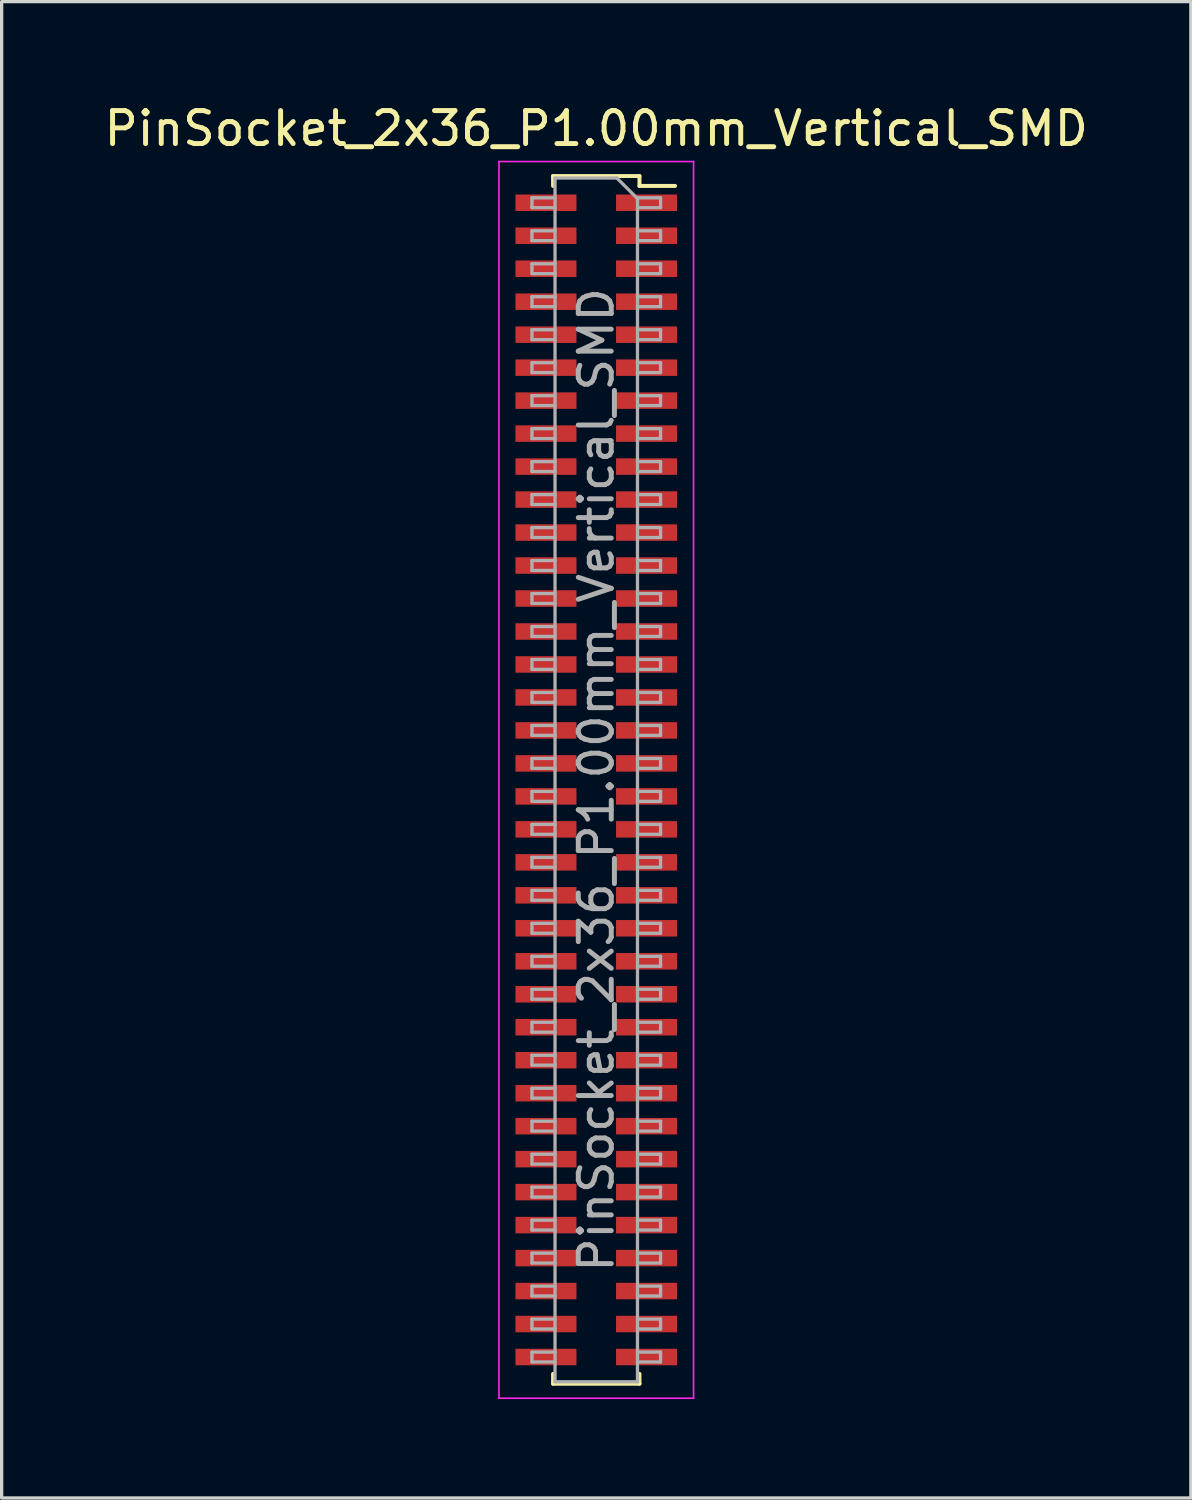
<source format=kicad_pcb>
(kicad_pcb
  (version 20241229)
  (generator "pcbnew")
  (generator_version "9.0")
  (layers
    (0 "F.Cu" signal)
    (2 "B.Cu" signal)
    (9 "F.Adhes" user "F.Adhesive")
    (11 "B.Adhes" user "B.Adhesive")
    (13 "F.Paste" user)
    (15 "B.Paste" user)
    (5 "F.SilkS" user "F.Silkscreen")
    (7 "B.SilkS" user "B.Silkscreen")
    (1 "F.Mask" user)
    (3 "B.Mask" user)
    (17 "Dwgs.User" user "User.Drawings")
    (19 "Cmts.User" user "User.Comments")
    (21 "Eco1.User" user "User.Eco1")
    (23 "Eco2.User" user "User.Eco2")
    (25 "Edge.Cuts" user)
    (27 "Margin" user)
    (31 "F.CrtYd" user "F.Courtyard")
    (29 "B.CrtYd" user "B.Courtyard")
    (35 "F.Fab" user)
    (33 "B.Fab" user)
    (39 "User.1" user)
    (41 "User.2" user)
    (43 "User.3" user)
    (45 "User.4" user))
  (footprint "PinSocket_2x36_P1.00mm_Vertical_SMD"
    (layer "F.Cu")
    (at 15.03 20.598)
    (property "Reference" "PinSocket_2x36_P1.00mm_Vertical_SMD" (at 0 -19.75 0) (layer "F.SilkS") (effects (font (size 1 1) (thickness 0.15))))
    (attr smd)
    (fp_line (start -1.31 -18.31) (end -1.31 -18.01) (stroke (width 0.12) (type solid)) (layer "F.SilkS"))
    (fp_line (start -1.31 -18.31) (end 1.31 -18.31) (stroke (width 0.12) (type solid)) (layer "F.SilkS"))
    (fp_line (start -1.31 18.01) (end -1.31 18.31) (stroke (width 0.12) (type solid)) (layer "F.SilkS"))
    (fp_line (start -1.31 18.31) (end 1.31 18.31) (stroke (width 0.12) (type solid)) (layer "F.SilkS"))
    (fp_line (start 1.31 -18.31) (end 1.31 -18.01) (stroke (width 0.12) (type solid)) (layer "F.SilkS"))
    (fp_line (start 1.31 -18.01) (end 2.39 -18.01) (stroke (width 0.12) (type solid)) (layer "F.SilkS"))
    (fp_line (start 1.31 18.01) (end 1.31 18.31) (stroke (width 0.12) (type solid)) (layer "F.SilkS"))
    (fp_line (start -2.95 -18.75) (end 2.95 -18.75) (stroke (width 0.05) (type solid)) (layer "F.CrtYd"))
    (fp_line (start -2.95 18.75) (end -2.95 -18.75) (stroke (width 0.05) (type solid)) (layer "F.CrtYd"))
    (fp_line (start 2.95 -18.75) (end 2.95 18.75) (stroke (width 0.05) (type solid)) (layer "F.CrtYd"))
    (fp_line (start 2.95 18.75) (end -2.95 18.75) (stroke (width 0.05) (type solid)) (layer "F.CrtYd"))
    (fp_line (start -1.95 -17.65) (end -1.25 -17.65) (stroke (width 0.1) (type solid)) (layer "F.Fab"))
    (fp_line (start -1.95 -17.35) (end -1.95 -17.65) (stroke (width 0.1) (type solid)) (layer "F.Fab"))
    (fp_line (start -1.95 -16.65) (end -1.25 -16.65) (stroke (width 0.1) (type solid)) (layer "F.Fab"))
    (fp_line (start -1.95 -16.35) (end -1.95 -16.65) (stroke (width 0.1) (type solid)) (layer "F.Fab"))
    (fp_line (start -1.95 -15.65) (end -1.25 -15.65) (stroke (width 0.1) (type solid)) (layer "F.Fab"))
    (fp_line (start -1.95 -15.35) (end -1.95 -15.65) (stroke (width 0.1) (type solid)) (layer "F.Fab"))
    (fp_line (start -1.95 -14.65) (end -1.25 -14.65) (stroke (width 0.1) (type solid)) (layer "F.Fab"))
    (fp_line (start -1.95 -14.35) (end -1.95 -14.65) (stroke (width 0.1) (type solid)) (layer "F.Fab"))
    (fp_line (start -1.95 -13.65) (end -1.25 -13.65) (stroke (width 0.1) (type solid)) (layer "F.Fab"))
    (fp_line (start -1.95 -13.35) (end -1.95 -13.65) (stroke (width 0.1) (type solid)) (layer "F.Fab"))
    (fp_line (start -1.95 -12.65) (end -1.25 -12.65) (stroke (width 0.1) (type solid)) (layer "F.Fab"))
    (fp_line (start -1.95 -12.35) (end -1.95 -12.65) (stroke (width 0.1) (type solid)) (layer "F.Fab"))
    (fp_line (start -1.95 -11.65) (end -1.25 -11.65) (stroke (width 0.1) (type solid)) (layer "F.Fab"))
    (fp_line (start -1.95 -11.35) (end -1.95 -11.65) (stroke (width 0.1) (type solid)) (layer "F.Fab"))
    (fp_line (start -1.95 -10.65) (end -1.25 -10.65) (stroke (width 0.1) (type solid)) (layer "F.Fab"))
    (fp_line (start -1.95 -10.35) (end -1.95 -10.65) (stroke (width 0.1) (type solid)) (layer "F.Fab"))
    (fp_line (start -1.95 -9.65) (end -1.25 -9.65) (stroke (width 0.1) (type solid)) (layer "F.Fab"))
    (fp_line (start -1.95 -9.35) (end -1.95 -9.65) (stroke (width 0.1) (type solid)) (layer "F.Fab"))
    (fp_line (start -1.95 -8.65) (end -1.25 -8.65) (stroke (width 0.1) (type solid)) (layer "F.Fab"))
    (fp_line (start -1.95 -8.35) (end -1.95 -8.65) (stroke (width 0.1) (type solid)) (layer "F.Fab"))
    (fp_line (start -1.95 -7.65) (end -1.25 -7.65) (stroke (width 0.1) (type solid)) (layer "F.Fab"))
    (fp_line (start -1.95 -7.35) (end -1.95 -7.65) (stroke (width 0.1) (type solid)) (layer "F.Fab"))
    (fp_line (start -1.95 -6.65) (end -1.25 -6.65) (stroke (width 0.1) (type solid)) (layer "F.Fab"))
    (fp_line (start -1.95 -6.35) (end -1.95 -6.65) (stroke (width 0.1) (type solid)) (layer "F.Fab"))
    (fp_line (start -1.95 -5.65) (end -1.25 -5.65) (stroke (width 0.1) (type solid)) (layer "F.Fab"))
    (fp_line (start -1.95 -5.35) (end -1.95 -5.65) (stroke (width 0.1) (type solid)) (layer "F.Fab"))
    (fp_line (start -1.95 -4.65) (end -1.25 -4.65) (stroke (width 0.1) (type solid)) (layer "F.Fab"))
    (fp_line (start -1.95 -4.35) (end -1.95 -4.65) (stroke (width 0.1) (type solid)) (layer "F.Fab"))
    (fp_line (start -1.95 -3.65) (end -1.25 -3.65) (stroke (width 0.1) (type solid)) (layer "F.Fab"))
    (fp_line (start -1.95 -3.35) (end -1.95 -3.65) (stroke (width 0.1) (type solid)) (layer "F.Fab"))
    (fp_line (start -1.95 -2.65) (end -1.25 -2.65) (stroke (width 0.1) (type solid)) (layer "F.Fab"))
    (fp_line (start -1.95 -2.35) (end -1.95 -2.65) (stroke (width 0.1) (type solid)) (layer "F.Fab"))
    (fp_line (start -1.95 -1.65) (end -1.25 -1.65) (stroke (width 0.1) (type solid)) (layer "F.Fab"))
    (fp_line (start -1.95 -1.35) (end -1.95 -1.65) (stroke (width 0.1) (type solid)) (layer "F.Fab"))
    (fp_line (start -1.95 -0.65) (end -1.25 -0.65) (stroke (width 0.1) (type solid)) (layer "F.Fab"))
    (fp_line (start -1.95 -0.35) (end -1.95 -0.65) (stroke (width 0.1) (type solid)) (layer "F.Fab"))
    (fp_line (start -1.95 0.35) (end -1.25 0.35) (stroke (width 0.1) (type solid)) (layer "F.Fab"))
    (fp_line (start -1.95 0.65) (end -1.95 0.35) (stroke (width 0.1) (type solid)) (layer "F.Fab"))
    (fp_line (start -1.95 1.35) (end -1.25 1.35) (stroke (width 0.1) (type solid)) (layer "F.Fab"))
    (fp_line (start -1.95 1.65) (end -1.95 1.35) (stroke (width 0.1) (type solid)) (layer "F.Fab"))
    (fp_line (start -1.95 2.35) (end -1.25 2.35) (stroke (width 0.1) (type solid)) (layer "F.Fab"))
    (fp_line (start -1.95 2.65) (end -1.95 2.35) (stroke (width 0.1) (type solid)) (layer "F.Fab"))
    (fp_line (start -1.95 3.35) (end -1.25 3.35) (stroke (width 0.1) (type solid)) (layer "F.Fab"))
    (fp_line (start -1.95 3.65) (end -1.95 3.35) (stroke (width 0.1) (type solid)) (layer "F.Fab"))
    (fp_line (start -1.95 4.35) (end -1.25 4.35) (stroke (width 0.1) (type solid)) (layer "F.Fab"))
    (fp_line (start -1.95 4.65) (end -1.95 4.35) (stroke (width 0.1) (type solid)) (layer "F.Fab"))
    (fp_line (start -1.95 5.35) (end -1.25 5.35) (stroke (width 0.1) (type solid)) (layer "F.Fab"))
    (fp_line (start -1.95 5.65) (end -1.95 5.35) (stroke (width 0.1) (type solid)) (layer "F.Fab"))
    (fp_line (start -1.95 6.35) (end -1.25 6.35) (stroke (width 0.1) (type solid)) (layer "F.Fab"))
    (fp_line (start -1.95 6.65) (end -1.95 6.35) (stroke (width 0.1) (type solid)) (layer "F.Fab"))
    (fp_line (start -1.95 7.35) (end -1.25 7.35) (stroke (width 0.1) (type solid)) (layer "F.Fab"))
    (fp_line (start -1.95 7.65) (end -1.95 7.35) (stroke (width 0.1) (type solid)) (layer "F.Fab"))
    (fp_line (start -1.95 8.35) (end -1.25 8.35) (stroke (width 0.1) (type solid)) (layer "F.Fab"))
    (fp_line (start -1.95 8.65) (end -1.95 8.35) (stroke (width 0.1) (type solid)) (layer "F.Fab"))
    (fp_line (start -1.95 9.35) (end -1.25 9.35) (stroke (width 0.1) (type solid)) (layer "F.Fab"))
    (fp_line (start -1.95 9.65) (end -1.95 9.35) (stroke (width 0.1) (type solid)) (layer "F.Fab"))
    (fp_line (start -1.95 10.35) (end -1.25 10.35) (stroke (width 0.1) (type solid)) (layer "F.Fab"))
    (fp_line (start -1.95 10.65) (end -1.95 10.35) (stroke (width 0.1) (type solid)) (layer "F.Fab"))
    (fp_line (start -1.95 11.35) (end -1.25 11.35) (stroke (width 0.1) (type solid)) (layer "F.Fab"))
    (fp_line (start -1.95 11.65) (end -1.95 11.35) (stroke (width 0.1) (type solid)) (layer "F.Fab"))
    (fp_line (start -1.95 12.35) (end -1.25 12.35) (stroke (width 0.1) (type solid)) (layer "F.Fab"))
    (fp_line (start -1.95 12.65) (end -1.95 12.35) (stroke (width 0.1) (type solid)) (layer "F.Fab"))
    (fp_line (start -1.95 13.35) (end -1.25 13.35) (stroke (width 0.1) (type solid)) (layer "F.Fab"))
    (fp_line (start -1.95 13.65) (end -1.95 13.35) (stroke (width 0.1) (type solid)) (layer "F.Fab"))
    (fp_line (start -1.95 14.35) (end -1.25 14.35) (stroke (width 0.1) (type solid)) (layer "F.Fab"))
    (fp_line (start -1.95 14.65) (end -1.95 14.35) (stroke (width 0.1) (type solid)) (layer "F.Fab"))
    (fp_line (start -1.95 15.35) (end -1.25 15.35) (stroke (width 0.1) (type solid)) (layer "F.Fab"))
    (fp_line (start -1.95 15.65) (end -1.95 15.35) (stroke (width 0.1) (type solid)) (layer "F.Fab"))
    (fp_line (start -1.95 16.35) (end -1.25 16.35) (stroke (width 0.1) (type solid)) (layer "F.Fab"))
    (fp_line (start -1.95 16.65) (end -1.95 16.35) (stroke (width 0.1) (type solid)) (layer "F.Fab"))
    (fp_line (start -1.95 17.35) (end -1.25 17.35) (stroke (width 0.1) (type solid)) (layer "F.Fab"))
    (fp_line (start -1.95 17.65) (end -1.95 17.35) (stroke (width 0.1) (type solid)) (layer "F.Fab"))
    (fp_line (start -1.25 -18.25) (end 0.625 -18.25) (stroke (width 0.1) (type solid)) (layer "F.Fab"))
    (fp_line (start -1.25 -17.35) (end -1.95 -17.35) (stroke (width 0.1) (type solid)) (layer "F.Fab"))
    (fp_line (start -1.25 -16.35) (end -1.95 -16.35) (stroke (width 0.1) (type solid)) (layer "F.Fab"))
    (fp_line (start -1.25 -15.35) (end -1.95 -15.35) (stroke (width 0.1) (type solid)) (layer "F.Fab"))
    (fp_line (start -1.25 -14.35) (end -1.95 -14.35) (stroke (width 0.1) (type solid)) (layer "F.Fab"))
    (fp_line (start -1.25 -13.35) (end -1.95 -13.35) (stroke (width 0.1) (type solid)) (layer "F.Fab"))
    (fp_line (start -1.25 -12.35) (end -1.95 -12.35) (stroke (width 0.1) (type solid)) (layer "F.Fab"))
    (fp_line (start -1.25 -11.35) (end -1.95 -11.35) (stroke (width 0.1) (type solid)) (layer "F.Fab"))
    (fp_line (start -1.25 -10.35) (end -1.95 -10.35) (stroke (width 0.1) (type solid)) (layer "F.Fab"))
    (fp_line (start -1.25 -9.35) (end -1.95 -9.35) (stroke (width 0.1) (type solid)) (layer "F.Fab"))
    (fp_line (start -1.25 -8.35) (end -1.95 -8.35) (stroke (width 0.1) (type solid)) (layer "F.Fab"))
    (fp_line (start -1.25 -7.35) (end -1.95 -7.35) (stroke (width 0.1) (type solid)) (layer "F.Fab"))
    (fp_line (start -1.25 -6.35) (end -1.95 -6.35) (stroke (width 0.1) (type solid)) (layer "F.Fab"))
    (fp_line (start -1.25 -5.35) (end -1.95 -5.35) (stroke (width 0.1) (type solid)) (layer "F.Fab"))
    (fp_line (start -1.25 -4.35) (end -1.95 -4.35) (stroke (width 0.1) (type solid)) (layer "F.Fab"))
    (fp_line (start -1.25 -3.35) (end -1.95 -3.35) (stroke (width 0.1) (type solid)) (layer "F.Fab"))
    (fp_line (start -1.25 -2.35) (end -1.95 -2.35) (stroke (width 0.1) (type solid)) (layer "F.Fab"))
    (fp_line (start -1.25 -1.35) (end -1.95 -1.35) (stroke (width 0.1) (type solid)) (layer "F.Fab"))
    (fp_line (start -1.25 -0.35) (end -1.95 -0.35) (stroke (width 0.1) (type solid)) (layer "F.Fab"))
    (fp_line (start -1.25 0.65) (end -1.95 0.65) (stroke (width 0.1) (type solid)) (layer "F.Fab"))
    (fp_line (start -1.25 1.65) (end -1.95 1.65) (stroke (width 0.1) (type solid)) (layer "F.Fab"))
    (fp_line (start -1.25 2.65) (end -1.95 2.65) (stroke (width 0.1) (type solid)) (layer "F.Fab"))
    (fp_line (start -1.25 3.65) (end -1.95 3.65) (stroke (width 0.1) (type solid)) (layer "F.Fab"))
    (fp_line (start -1.25 4.65) (end -1.95 4.65) (stroke (width 0.1) (type solid)) (layer "F.Fab"))
    (fp_line (start -1.25 5.65) (end -1.95 5.65) (stroke (width 0.1) (type solid)) (layer "F.Fab"))
    (fp_line (start -1.25 6.65) (end -1.95 6.65) (stroke (width 0.1) (type solid)) (layer "F.Fab"))
    (fp_line (start -1.25 7.65) (end -1.95 7.65) (stroke (width 0.1) (type solid)) (layer "F.Fab"))
    (fp_line (start -1.25 8.65) (end -1.95 8.65) (stroke (width 0.1) (type solid)) (layer "F.Fab"))
    (fp_line (start -1.25 9.65) (end -1.95 9.65) (stroke (width 0.1) (type solid)) (layer "F.Fab"))
    (fp_line (start -1.25 10.65) (end -1.95 10.65) (stroke (width 0.1) (type solid)) (layer "F.Fab"))
    (fp_line (start -1.25 11.65) (end -1.95 11.65) (stroke (width 0.1) (type solid)) (layer "F.Fab"))
    (fp_line (start -1.25 12.65) (end -1.95 12.65) (stroke (width 0.1) (type solid)) (layer "F.Fab"))
    (fp_line (start -1.25 13.65) (end -1.95 13.65) (stroke (width 0.1) (type solid)) (layer "F.Fab"))
    (fp_line (start -1.25 14.65) (end -1.95 14.65) (stroke (width 0.1) (type solid)) (layer "F.Fab"))
    (fp_line (start -1.25 15.65) (end -1.95 15.65) (stroke (width 0.1) (type solid)) (layer "F.Fab"))
    (fp_line (start -1.25 16.65) (end -1.95 16.65) (stroke (width 0.1) (type solid)) (layer "F.Fab"))
    (fp_line (start -1.25 17.65) (end -1.95 17.65) (stroke (width 0.1) (type solid)) (layer "F.Fab"))
    (fp_line (start -1.25 18.25) (end -1.25 -18.25) (stroke (width 0.1) (type solid)) (layer "F.Fab"))
    (fp_line (start 0.625 -18.25) (end 1.25 -17.625) (stroke (width 0.1) (type solid)) (layer "F.Fab"))
    (fp_line (start 1.25 -17.65) (end 1.95 -17.65) (stroke (width 0.1) (type solid)) (layer "F.Fab"))
    (fp_line (start 1.25 -17.625) (end 1.25 18.25) (stroke (width 0.1) (type solid)) (layer "F.Fab"))
    (fp_line (start 1.25 -16.65) (end 1.95 -16.65) (stroke (width 0.1) (type solid)) (layer "F.Fab"))
    (fp_line (start 1.25 -15.65) (end 1.95 -15.65) (stroke (width 0.1) (type solid)) (layer "F.Fab"))
    (fp_line (start 1.25 -14.65) (end 1.95 -14.65) (stroke (width 0.1) (type solid)) (layer "F.Fab"))
    (fp_line (start 1.25 -13.65) (end 1.95 -13.65) (stroke (width 0.1) (type solid)) (layer "F.Fab"))
    (fp_line (start 1.25 -12.65) (end 1.95 -12.65) (stroke (width 0.1) (type solid)) (layer "F.Fab"))
    (fp_line (start 1.25 -11.65) (end 1.95 -11.65) (stroke (width 0.1) (type solid)) (layer "F.Fab"))
    (fp_line (start 1.25 -10.65) (end 1.95 -10.65) (stroke (width 0.1) (type solid)) (layer "F.Fab"))
    (fp_line (start 1.25 -9.65) (end 1.95 -9.65) (stroke (width 0.1) (type solid)) (layer "F.Fab"))
    (fp_line (start 1.25 -8.65) (end 1.95 -8.65) (stroke (width 0.1) (type solid)) (layer "F.Fab"))
    (fp_line (start 1.25 -7.65) (end 1.95 -7.65) (stroke (width 0.1) (type solid)) (layer "F.Fab"))
    (fp_line (start 1.25 -6.65) (end 1.95 -6.65) (stroke (width 0.1) (type solid)) (layer "F.Fab"))
    (fp_line (start 1.25 -5.65) (end 1.95 -5.65) (stroke (width 0.1) (type solid)) (layer "F.Fab"))
    (fp_line (start 1.25 -4.65) (end 1.95 -4.65) (stroke (width 0.1) (type solid)) (layer "F.Fab"))
    (fp_line (start 1.25 -3.65) (end 1.95 -3.65) (stroke (width 0.1) (type solid)) (layer "F.Fab"))
    (fp_line (start 1.25 -2.65) (end 1.95 -2.65) (stroke (width 0.1) (type solid)) (layer "F.Fab"))
    (fp_line (start 1.25 -1.65) (end 1.95 -1.65) (stroke (width 0.1) (type solid)) (layer "F.Fab"))
    (fp_line (start 1.25 -0.65) (end 1.95 -0.65) (stroke (width 0.1) (type solid)) (layer "F.Fab"))
    (fp_line (start 1.25 0.35) (end 1.95 0.35) (stroke (width 0.1) (type solid)) (layer "F.Fab"))
    (fp_line (start 1.25 1.35) (end 1.95 1.35) (stroke (width 0.1) (type solid)) (layer "F.Fab"))
    (fp_line (start 1.25 2.35) (end 1.95 2.35) (stroke (width 0.1) (type solid)) (layer "F.Fab"))
    (fp_line (start 1.25 3.35) (end 1.95 3.35) (stroke (width 0.1) (type solid)) (layer "F.Fab"))
    (fp_line (start 1.25 4.35) (end 1.95 4.35) (stroke (width 0.1) (type solid)) (layer "F.Fab"))
    (fp_line (start 1.25 5.35) (end 1.95 5.35) (stroke (width 0.1) (type solid)) (layer "F.Fab"))
    (fp_line (start 1.25 6.35) (end 1.95 6.35) (stroke (width 0.1) (type solid)) (layer "F.Fab"))
    (fp_line (start 1.25 7.35) (end 1.95 7.35) (stroke (width 0.1) (type solid)) (layer "F.Fab"))
    (fp_line (start 1.25 8.35) (end 1.95 8.35) (stroke (width 0.1) (type solid)) (layer "F.Fab"))
    (fp_line (start 1.25 9.35) (end 1.95 9.35) (stroke (width 0.1) (type solid)) (layer "F.Fab"))
    (fp_line (start 1.25 10.35) (end 1.95 10.35) (stroke (width 0.1) (type solid)) (layer "F.Fab"))
    (fp_line (start 1.25 11.35) (end 1.95 11.35) (stroke (width 0.1) (type solid)) (layer "F.Fab"))
    (fp_line (start 1.25 12.35) (end 1.95 12.35) (stroke (width 0.1) (type solid)) (layer "F.Fab"))
    (fp_line (start 1.25 13.35) (end 1.95 13.35) (stroke (width 0.1) (type solid)) (layer "F.Fab"))
    (fp_line (start 1.25 14.35) (end 1.95 14.35) (stroke (width 0.1) (type solid)) (layer "F.Fab"))
    (fp_line (start 1.25 15.35) (end 1.95 15.35) (stroke (width 0.1) (type solid)) (layer "F.Fab"))
    (fp_line (start 1.25 16.35) (end 1.95 16.35) (stroke (width 0.1) (type solid)) (layer "F.Fab"))
    (fp_line (start 1.25 17.35) (end 1.95 17.35) (stroke (width 0.1) (type solid)) (layer "F.Fab"))
    (fp_line (start 1.25 18.25) (end -1.25 18.25) (stroke (width 0.1) (type solid)) (layer "F.Fab"))
    (fp_line (start 1.95 -17.65) (end 1.95 -17.35) (stroke (width 0.1) (type solid)) (layer "F.Fab"))
    (fp_line (start 1.95 -17.35) (end 1.25 -17.35) (stroke (width 0.1) (type solid)) (layer "F.Fab"))
    (fp_line (start 1.95 -16.65) (end 1.95 -16.35) (stroke (width 0.1) (type solid)) (layer "F.Fab"))
    (fp_line (start 1.95 -16.35) (end 1.25 -16.35) (stroke (width 0.1) (type solid)) (layer "F.Fab"))
    (fp_line (start 1.95 -15.65) (end 1.95 -15.35) (stroke (width 0.1) (type solid)) (layer "F.Fab"))
    (fp_line (start 1.95 -15.35) (end 1.25 -15.35) (stroke (width 0.1) (type solid)) (layer "F.Fab"))
    (fp_line (start 1.95 -14.65) (end 1.95 -14.35) (stroke (width 0.1) (type solid)) (layer "F.Fab"))
    (fp_line (start 1.95 -14.35) (end 1.25 -14.35) (stroke (width 0.1) (type solid)) (layer "F.Fab"))
    (fp_line (start 1.95 -13.65) (end 1.95 -13.35) (stroke (width 0.1) (type solid)) (layer "F.Fab"))
    (fp_line (start 1.95 -13.35) (end 1.25 -13.35) (stroke (width 0.1) (type solid)) (layer "F.Fab"))
    (fp_line (start 1.95 -12.65) (end 1.95 -12.35) (stroke (width 0.1) (type solid)) (layer "F.Fab"))
    (fp_line (start 1.95 -12.35) (end 1.25 -12.35) (stroke (width 0.1) (type solid)) (layer "F.Fab"))
    (fp_line (start 1.95 -11.65) (end 1.95 -11.35) (stroke (width 0.1) (type solid)) (layer "F.Fab"))
    (fp_line (start 1.95 -11.35) (end 1.25 -11.35) (stroke (width 0.1) (type solid)) (layer "F.Fab"))
    (fp_line (start 1.95 -10.65) (end 1.95 -10.35) (stroke (width 0.1) (type solid)) (layer "F.Fab"))
    (fp_line (start 1.95 -10.35) (end 1.25 -10.35) (stroke (width 0.1) (type solid)) (layer "F.Fab"))
    (fp_line (start 1.95 -9.65) (end 1.95 -9.35) (stroke (width 0.1) (type solid)) (layer "F.Fab"))
    (fp_line (start 1.95 -9.35) (end 1.25 -9.35) (stroke (width 0.1) (type solid)) (layer "F.Fab"))
    (fp_line (start 1.95 -8.65) (end 1.95 -8.35) (stroke (width 0.1) (type solid)) (layer "F.Fab"))
    (fp_line (start 1.95 -8.35) (end 1.25 -8.35) (stroke (width 0.1) (type solid)) (layer "F.Fab"))
    (fp_line (start 1.95 -7.65) (end 1.95 -7.35) (stroke (width 0.1) (type solid)) (layer "F.Fab"))
    (fp_line (start 1.95 -7.35) (end 1.25 -7.35) (stroke (width 0.1) (type solid)) (layer "F.Fab"))
    (fp_line (start 1.95 -6.65) (end 1.95 -6.35) (stroke (width 0.1) (type solid)) (layer "F.Fab"))
    (fp_line (start 1.95 -6.35) (end 1.25 -6.35) (stroke (width 0.1) (type solid)) (layer "F.Fab"))
    (fp_line (start 1.95 -5.65) (end 1.95 -5.35) (stroke (width 0.1) (type solid)) (layer "F.Fab"))
    (fp_line (start 1.95 -5.35) (end 1.25 -5.35) (stroke (width 0.1) (type solid)) (layer "F.Fab"))
    (fp_line (start 1.95 -4.65) (end 1.95 -4.35) (stroke (width 0.1) (type solid)) (layer "F.Fab"))
    (fp_line (start 1.95 -4.35) (end 1.25 -4.35) (stroke (width 0.1) (type solid)) (layer "F.Fab"))
    (fp_line (start 1.95 -3.65) (end 1.95 -3.35) (stroke (width 0.1) (type solid)) (layer "F.Fab"))
    (fp_line (start 1.95 -3.35) (end 1.25 -3.35) (stroke (width 0.1) (type solid)) (layer "F.Fab"))
    (fp_line (start 1.95 -2.65) (end 1.95 -2.35) (stroke (width 0.1) (type solid)) (layer "F.Fab"))
    (fp_line (start 1.95 -2.35) (end 1.25 -2.35) (stroke (width 0.1) (type solid)) (layer "F.Fab"))
    (fp_line (start 1.95 -1.65) (end 1.95 -1.35) (stroke (width 0.1) (type solid)) (layer "F.Fab"))
    (fp_line (start 1.95 -1.35) (end 1.25 -1.35) (stroke (width 0.1) (type solid)) (layer "F.Fab"))
    (fp_line (start 1.95 -0.65) (end 1.95 -0.35) (stroke (width 0.1) (type solid)) (layer "F.Fab"))
    (fp_line (start 1.95 -0.35) (end 1.25 -0.35) (stroke (width 0.1) (type solid)) (layer "F.Fab"))
    (fp_line (start 1.95 0.35) (end 1.95 0.65) (stroke (width 0.1) (type solid)) (layer "F.Fab"))
    (fp_line (start 1.95 0.65) (end 1.25 0.65) (stroke (width 0.1) (type solid)) (layer "F.Fab"))
    (fp_line (start 1.95 1.35) (end 1.95 1.65) (stroke (width 0.1) (type solid)) (layer "F.Fab"))
    (fp_line (start 1.95 1.65) (end 1.25 1.65) (stroke (width 0.1) (type solid)) (layer "F.Fab"))
    (fp_line (start 1.95 2.35) (end 1.95 2.65) (stroke (width 0.1) (type solid)) (layer "F.Fab"))
    (fp_line (start 1.95 2.65) (end 1.25 2.65) (stroke (width 0.1) (type solid)) (layer "F.Fab"))
    (fp_line (start 1.95 3.35) (end 1.95 3.65) (stroke (width 0.1) (type solid)) (layer "F.Fab"))
    (fp_line (start 1.95 3.65) (end 1.25 3.65) (stroke (width 0.1) (type solid)) (layer "F.Fab"))
    (fp_line (start 1.95 4.35) (end 1.95 4.65) (stroke (width 0.1) (type solid)) (layer "F.Fab"))
    (fp_line (start 1.95 4.65) (end 1.25 4.65) (stroke (width 0.1) (type solid)) (layer "F.Fab"))
    (fp_line (start 1.95 5.35) (end 1.95 5.65) (stroke (width 0.1) (type solid)) (layer "F.Fab"))
    (fp_line (start 1.95 5.65) (end 1.25 5.65) (stroke (width 0.1) (type solid)) (layer "F.Fab"))
    (fp_line (start 1.95 6.35) (end 1.95 6.65) (stroke (width 0.1) (type solid)) (layer "F.Fab"))
    (fp_line (start 1.95 6.65) (end 1.25 6.65) (stroke (width 0.1) (type solid)) (layer "F.Fab"))
    (fp_line (start 1.95 7.35) (end 1.95 7.65) (stroke (width 0.1) (type solid)) (layer "F.Fab"))
    (fp_line (start 1.95 7.65) (end 1.25 7.65) (stroke (width 0.1) (type solid)) (layer "F.Fab"))
    (fp_line (start 1.95 8.35) (end 1.95 8.65) (stroke (width 0.1) (type solid)) (layer "F.Fab"))
    (fp_line (start 1.95 8.65) (end 1.25 8.65) (stroke (width 0.1) (type solid)) (layer "F.Fab"))
    (fp_line (start 1.95 9.35) (end 1.95 9.65) (stroke (width 0.1) (type solid)) (layer "F.Fab"))
    (fp_line (start 1.95 9.65) (end 1.25 9.65) (stroke (width 0.1) (type solid)) (layer "F.Fab"))
    (fp_line (start 1.95 10.35) (end 1.95 10.65) (stroke (width 0.1) (type solid)) (layer "F.Fab"))
    (fp_line (start 1.95 10.65) (end 1.25 10.65) (stroke (width 0.1) (type solid)) (layer "F.Fab"))
    (fp_line (start 1.95 11.35) (end 1.95 11.65) (stroke (width 0.1) (type solid)) (layer "F.Fab"))
    (fp_line (start 1.95 11.65) (end 1.25 11.65) (stroke (width 0.1) (type solid)) (layer "F.Fab"))
    (fp_line (start 1.95 12.35) (end 1.95 12.65) (stroke (width 0.1) (type solid)) (layer "F.Fab"))
    (fp_line (start 1.95 12.65) (end 1.25 12.65) (stroke (width 0.1) (type solid)) (layer "F.Fab"))
    (fp_line (start 1.95 13.35) (end 1.95 13.65) (stroke (width 0.1) (type solid)) (layer "F.Fab"))
    (fp_line (start 1.95 13.65) (end 1.25 13.65) (stroke (width 0.1) (type solid)) (layer "F.Fab"))
    (fp_line (start 1.95 14.35) (end 1.95 14.65) (stroke (width 0.1) (type solid)) (layer "F.Fab"))
    (fp_line (start 1.95 14.65) (end 1.25 14.65) (stroke (width 0.1) (type solid)) (layer "F.Fab"))
    (fp_line (start 1.95 15.35) (end 1.95 15.65) (stroke (width 0.1) (type solid)) (layer "F.Fab"))
    (fp_line (start 1.95 15.65) (end 1.25 15.65) (stroke (width 0.1) (type solid)) (layer "F.Fab"))
    (fp_line (start 1.95 16.35) (end 1.95 16.65) (stroke (width 0.1) (type solid)) (layer "F.Fab"))
    (fp_line (start 1.95 16.65) (end 1.25 16.65) (stroke (width 0.1) (type solid)) (layer "F.Fab"))
    (fp_line (start 1.95 17.35) (end 1.95 17.65) (stroke (width 0.1) (type solid)) (layer "F.Fab"))
    (fp_line (start 1.95 17.65) (end 1.25 17.65) (stroke (width 0.1) (type solid)) (layer "F.Fab"))
    (fp_text user "${REFERENCE}" (at 0 0 90) (layer "F.Fab") (effects (font (size 1 1) (thickness 0.15))))
    (pad "1" smd rect (at 1.525 -17.5) (size 1.85 0.5) (layers "F.Cu" "F.Mask" "F.Paste"))
    (pad "2" smd rect (at -1.525 -17.5) (size 1.85 0.5) (layers "F.Cu" "F.Mask" "F.Paste"))
    (pad "3" smd rect (at 1.525 -16.5) (size 1.85 0.5) (layers "F.Cu" "F.Mask" "F.Paste"))
    (pad "4" smd rect (at -1.525 -16.5) (size 1.85 0.5) (layers "F.Cu" "F.Mask" "F.Paste"))
    (pad "5" smd rect (at 1.525 -15.5) (size 1.85 0.5) (layers "F.Cu" "F.Mask" "F.Paste"))
    (pad "6" smd rect (at -1.525 -15.5) (size 1.85 0.5) (layers "F.Cu" "F.Mask" "F.Paste"))
    (pad "7" smd rect (at 1.525 -14.5) (size 1.85 0.5) (layers "F.Cu" "F.Mask" "F.Paste"))
    (pad "8" smd rect (at -1.525 -14.5) (size 1.85 0.5) (layers "F.Cu" "F.Mask" "F.Paste"))
    (pad "9" smd rect (at 1.525 -13.5) (size 1.85 0.5) (layers "F.Cu" "F.Mask" "F.Paste"))
    (pad "10" smd rect (at -1.525 -13.5) (size 1.85 0.5) (layers "F.Cu" "F.Mask" "F.Paste"))
    (pad "11" smd rect (at 1.525 -12.5) (size 1.85 0.5) (layers "F.Cu" "F.Mask" "F.Paste"))
    (pad "12" smd rect (at -1.525 -12.5) (size 1.85 0.5) (layers "F.Cu" "F.Mask" "F.Paste"))
    (pad "13" smd rect (at 1.525 -11.5) (size 1.85 0.5) (layers "F.Cu" "F.Mask" "F.Paste"))
    (pad "14" smd rect (at -1.525 -11.5) (size 1.85 0.5) (layers "F.Cu" "F.Mask" "F.Paste"))
    (pad "15" smd rect (at 1.525 -10.5) (size 1.85 0.5) (layers "F.Cu" "F.Mask" "F.Paste"))
    (pad "16" smd rect (at -1.525 -10.5) (size 1.85 0.5) (layers "F.Cu" "F.Mask" "F.Paste"))
    (pad "17" smd rect (at 1.525 -9.5) (size 1.85 0.5) (layers "F.Cu" "F.Mask" "F.Paste"))
    (pad "18" smd rect (at -1.525 -9.5) (size 1.85 0.5) (layers "F.Cu" "F.Mask" "F.Paste"))
    (pad "19" smd rect (at 1.525 -8.5) (size 1.85 0.5) (layers "F.Cu" "F.Mask" "F.Paste"))
    (pad "20" smd rect (at -1.525 -8.5) (size 1.85 0.5) (layers "F.Cu" "F.Mask" "F.Paste"))
    (pad "21" smd rect (at 1.525 -7.5) (size 1.85 0.5) (layers "F.Cu" "F.Mask" "F.Paste"))
    (pad "22" smd rect (at -1.525 -7.5) (size 1.85 0.5) (layers "F.Cu" "F.Mask" "F.Paste"))
    (pad "23" smd rect (at 1.525 -6.5) (size 1.85 0.5) (layers "F.Cu" "F.Mask" "F.Paste"))
    (pad "24" smd rect (at -1.525 -6.5) (size 1.85 0.5) (layers "F.Cu" "F.Mask" "F.Paste"))
    (pad "25" smd rect (at 1.525 -5.5) (size 1.85 0.5) (layers "F.Cu" "F.Mask" "F.Paste"))
    (pad "26" smd rect (at -1.525 -5.5) (size 1.85 0.5) (layers "F.Cu" "F.Mask" "F.Paste"))
    (pad "27" smd rect (at 1.525 -4.5) (size 1.85 0.5) (layers "F.Cu" "F.Mask" "F.Paste"))
    (pad "28" smd rect (at -1.525 -4.5) (size 1.85 0.5) (layers "F.Cu" "F.Mask" "F.Paste"))
    (pad "29" smd rect (at 1.525 -3.5) (size 1.85 0.5) (layers "F.Cu" "F.Mask" "F.Paste"))
    (pad "30" smd rect (at -1.525 -3.5) (size 1.85 0.5) (layers "F.Cu" "F.Mask" "F.Paste"))
    (pad "31" smd rect (at 1.525 -2.5) (size 1.85 0.5) (layers "F.Cu" "F.Mask" "F.Paste"))
    (pad "32" smd rect (at -1.525 -2.5) (size 1.85 0.5) (layers "F.Cu" "F.Mask" "F.Paste"))
    (pad "33" smd rect (at 1.525 -1.5) (size 1.85 0.5) (layers "F.Cu" "F.Mask" "F.Paste"))
    (pad "34" smd rect (at -1.525 -1.5) (size 1.85 0.5) (layers "F.Cu" "F.Mask" "F.Paste"))
    (pad "35" smd rect (at 1.525 -0.5) (size 1.85 0.5) (layers "F.Cu" "F.Mask" "F.Paste"))
    (pad "36" smd rect (at -1.525 -0.5) (size 1.85 0.5) (layers "F.Cu" "F.Mask" "F.Paste"))
    (pad "37" smd rect (at 1.525 0.5) (size 1.85 0.5) (layers "F.Cu" "F.Mask" "F.Paste"))
    (pad "38" smd rect (at -1.525 0.5) (size 1.85 0.5) (layers "F.Cu" "F.Mask" "F.Paste"))
    (pad "39" smd rect (at 1.525 1.5) (size 1.85 0.5) (layers "F.Cu" "F.Mask" "F.Paste"))
    (pad "40" smd rect (at -1.525 1.5) (size 1.85 0.5) (layers "F.Cu" "F.Mask" "F.Paste"))
    (pad "41" smd rect (at 1.525 2.5) (size 1.85 0.5) (layers "F.Cu" "F.Mask" "F.Paste"))
    (pad "42" smd rect (at -1.525 2.5) (size 1.85 0.5) (layers "F.Cu" "F.Mask" "F.Paste"))
    (pad "43" smd rect (at 1.525 3.5) (size 1.85 0.5) (layers "F.Cu" "F.Mask" "F.Paste"))
    (pad "44" smd rect (at -1.525 3.5) (size 1.85 0.5) (layers "F.Cu" "F.Mask" "F.Paste"))
    (pad "45" smd rect (at 1.525 4.5) (size 1.85 0.5) (layers "F.Cu" "F.Mask" "F.Paste"))
    (pad "46" smd rect (at -1.525 4.5) (size 1.85 0.5) (layers "F.Cu" "F.Mask" "F.Paste"))
    (pad "47" smd rect (at 1.525 5.5) (size 1.85 0.5) (layers "F.Cu" "F.Mask" "F.Paste"))
    (pad "48" smd rect (at -1.525 5.5) (size 1.85 0.5) (layers "F.Cu" "F.Mask" "F.Paste"))
    (pad "49" smd rect (at 1.525 6.5) (size 1.85 0.5) (layers "F.Cu" "F.Mask" "F.Paste"))
    (pad "50" smd rect (at -1.525 6.5) (size 1.85 0.5) (layers "F.Cu" "F.Mask" "F.Paste"))
    (pad "51" smd rect (at 1.525 7.5) (size 1.85 0.5) (layers "F.Cu" "F.Mask" "F.Paste"))
    (pad "52" smd rect (at -1.525 7.5) (size 1.85 0.5) (layers "F.Cu" "F.Mask" "F.Paste"))
    (pad "53" smd rect (at 1.525 8.5) (size 1.85 0.5) (layers "F.Cu" "F.Mask" "F.Paste"))
    (pad "54" smd rect (at -1.525 8.5) (size 1.85 0.5) (layers "F.Cu" "F.Mask" "F.Paste"))
    (pad "55" smd rect (at 1.525 9.5) (size 1.85 0.5) (layers "F.Cu" "F.Mask" "F.Paste"))
    (pad "56" smd rect (at -1.525 9.5) (size 1.85 0.5) (layers "F.Cu" "F.Mask" "F.Paste"))
    (pad "57" smd rect (at 1.525 10.5) (size 1.85 0.5) (layers "F.Cu" "F.Mask" "F.Paste"))
    (pad "58" smd rect (at -1.525 10.5) (size 1.85 0.5) (layers "F.Cu" "F.Mask" "F.Paste"))
    (pad "59" smd rect (at 1.525 11.5) (size 1.85 0.5) (layers "F.Cu" "F.Mask" "F.Paste"))
    (pad "60" smd rect (at -1.525 11.5) (size 1.85 0.5) (layers "F.Cu" "F.Mask" "F.Paste"))
    (pad "61" smd rect (at 1.525 12.5) (size 1.85 0.5) (layers "F.Cu" "F.Mask" "F.Paste"))
    (pad "62" smd rect (at -1.525 12.5) (size 1.85 0.5) (layers "F.Cu" "F.Mask" "F.Paste"))
    (pad "63" smd rect (at 1.525 13.5) (size 1.85 0.5) (layers "F.Cu" "F.Mask" "F.Paste"))
    (pad "64" smd rect (at -1.525 13.5) (size 1.85 0.5) (layers "F.Cu" "F.Mask" "F.Paste"))
    (pad "65" smd rect (at 1.525 14.5) (size 1.85 0.5) (layers "F.Cu" "F.Mask" "F.Paste"))
    (pad "66" smd rect (at -1.525 14.5) (size 1.85 0.5) (layers "F.Cu" "F.Mask" "F.Paste"))
    (pad "67" smd rect (at 1.525 15.5) (size 1.85 0.5) (layers "F.Cu" "F.Mask" "F.Paste"))
    (pad "68" smd rect (at -1.525 15.5) (size 1.85 0.5) (layers "F.Cu" "F.Mask" "F.Paste"))
    (pad "69" smd rect (at 1.525 16.5) (size 1.85 0.5) (layers "F.Cu" "F.Mask" "F.Paste"))
    (pad "70" smd rect (at -1.525 16.5) (size 1.85 0.5) (layers "F.Cu" "F.Mask" "F.Paste"))
    (pad "71" smd rect (at 1.525 17.5) (size 1.85 0.5) (layers "F.Cu" "F.Mask" "F.Paste"))
    (pad "72" smd rect (at -1.525 17.5) (size 1.85 0.5) (layers "F.Cu" "F.Mask" "F.Paste")))
  (gr_rect
    (start -3 -3)
    (end 33.06 42.373)
    (stroke (width 0.1) (type default))
    (fill no)
    (layer "Edge.Cuts")))
</source>
